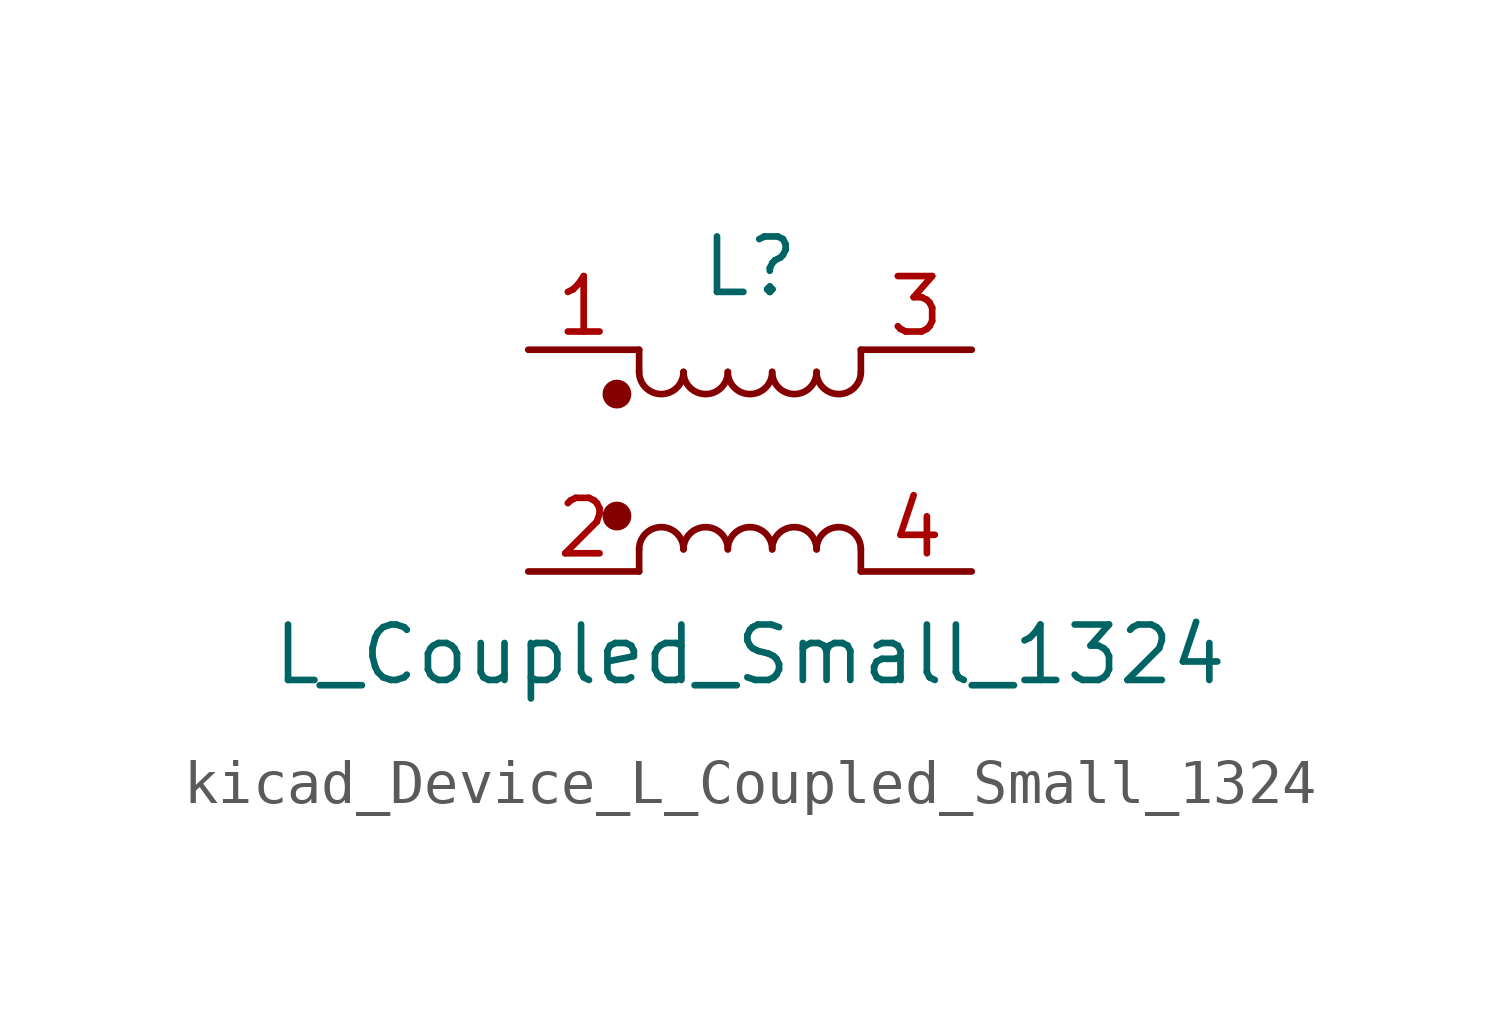
<source format=kicad_sym>
(kicad_symbol_lib
  (version 20220914)
  (generator kicad_symbol_editor)
  (symbol "kicad_Device_L_Coupled_Small_1324"
    (pin_names
      (offset 0.254) hide)
    (property "Reference" "L"
      (at 0 4.445 0)
      (effects (font (size 1.27 1.27))))
    (property "Value" "L_Coupled_Small_1324"
      (at 0 -4.445 0)
      (effects (font (size 1.27 1.27))))
    (symbol "kicad_Device_L_Coupled_Small_1324_0_1"
      (circle (center -3.048 -1.27) (radius 0.254) (stroke (width 0) (type default)) (fill (type outline)))
      (circle (center -3.048 1.524) (radius 0.254) (stroke (width 0) (type default)) (fill (type outline)))
      (arc (start -2.54 2.032) (mid -2.032 1.5262) (end -1.524 2.032) (stroke (width 0) (type default)) (fill (type none)))
      (arc (start -1.524 -2.032) (mid -2.032 -1.5262) (end -2.54 -2.032) (stroke (width 0) (type default)) (fill (type none)))
      (arc (start -1.524 2.032) (mid -1.016 1.5262) (end -0.508 2.032) (stroke (width 0) (type default)) (fill (type none)))
      (arc (start -0.508 -2.032) (mid -1.016 -1.5262) (end -1.524 -2.032) (stroke (width 0) (type default)) (fill (type none)))
      (arc (start -0.508 2.032) (mid 0 1.5262) (end 0.508 2.032) (stroke (width 0) (type default)) (fill (type none)))
      (polyline (pts (xy -2.54 -2.032) (xy -2.54 -2.54)) (stroke (width 0) (type default)) (fill (type none)))
      (polyline (pts (xy -2.54 2.032) (xy -2.54 2.54)) (stroke (width 0) (type default)) (fill (type none)))
      (polyline (pts (xy 2.54 -2.032) (xy 2.54 -2.54)) (stroke (width 0) (type default)) (fill (type none)))
      (polyline (pts (xy 2.54 2.54) (xy 2.54 2.032)) (stroke (width 0) (type default)) (fill (type none)))
      (arc (start 0.508 -2.032) (mid 0 -1.5262) (end -0.508 -2.032) (stroke (width 0) (type default)) (fill (type none)))
      (arc (start 0.508 2.032) (mid 1.016 1.5262) (end 1.524 2.032) (stroke (width 0) (type default)) (fill (type none)))
      (arc (start 1.524 -2.032) (mid 1.016 -1.5262) (end 0.508 -2.032) (stroke (width 0) (type default)) (fill (type none)))
      (arc (start 1.524 2.032) (mid 2.032 1.5262) (end 2.54 2.032) (stroke (width 0) (type default)) (fill (type none)))
      (arc (start 2.54 -2.032) (mid 2.032 -1.5262) (end 1.524 -2.032) (stroke (width 0) (type default)) (fill (type none))))
    (symbol "kicad_Device_L_Coupled_Small_1324_1_1"
      (pin passive line (at -5.08 2.54 0) (length 2.54) (name "1" (effects (font (size 1.27 1.27)))) (number "1" (effects (font (size 1.27 1.27)))))
      (pin passive line (at -5.08 -2.54 0) (length 2.54) (name "2" (effects (font (size 1.27 1.27)))) (number "2" (effects (font (size 1.27 1.27)))))
      (pin passive line (at 5.08 2.54 180) (length 2.54) (name "3" (effects (font (size 1.27 1.27)))) (number "3" (effects (font (size 1.27 1.27)))))
      (pin passive line (at 5.08 -2.54 180) (length 2.54) (name "4" (effects (font (size 1.27 1.27)))) (number "4" (effects (font (size 1.27 1.27))))))))
</source>
